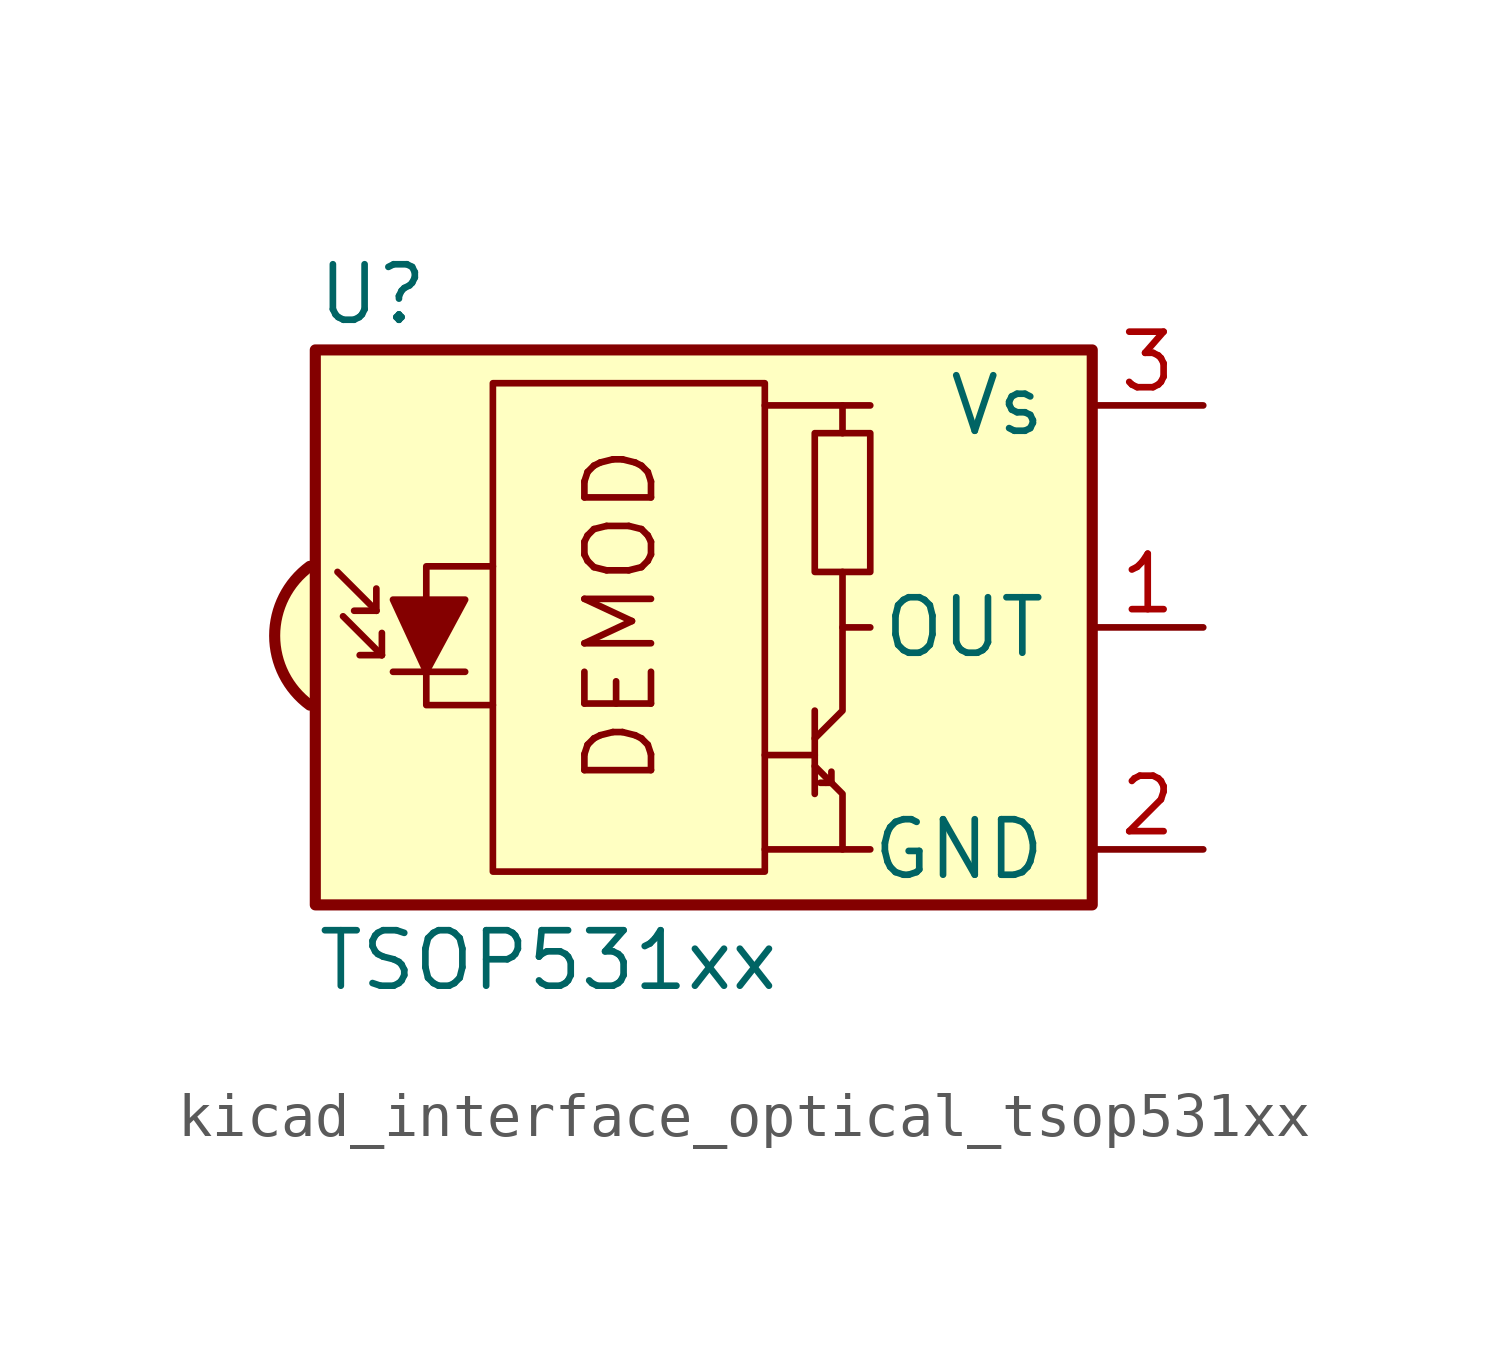
<source format=kicad_sym>
(kicad_symbol_lib
  (version 20220914)
  (generator kicad_symbol_editor)
  (symbol "kicad_interface_optical_tsop531xx"
    (pin_names
      (offset 1.016))
    (property "Reference" "U"
      (at -10.16 7.62 0)
      (effects (font (size 1.27 1.27)) (justify left)))
    (property "Value" "TSOP531xx"
      (at -10.16 -7.62 0)
      (effects (font (size 1.27 1.27)) (justify left)))
    (symbol "kicad_interface_optical_tsop531xx_0_0"
      (arc (start -10.287 1.397) (mid -11.0899 -0.1852) (end -10.287 -1.778) (stroke (width 0.254) (type default)) (fill (type background)))
      (polyline (pts (xy 1.905 -5.08) (xy 0.127 -5.08)) (stroke (width 0) (type default)) (fill (type none)))
      (polyline (pts (xy 1.905 5.08) (xy 0.127 5.08)) (stroke (width 0) (type default)) (fill (type none)))
      (text "DEMOD" (at -3.175 0.254 900) (effects (font (size 1.524 1.524)))))
    (symbol "kicad_interface_optical_tsop531xx_0_1"
      (rectangle (start -6.096 5.588) (end 0.127 -5.588) (stroke (width 0) (type default)) (fill (type none)))
      (polyline (pts (xy -8.763 0.381) (xy -9.652 1.27)) (stroke (width 0) (type default)) (fill (type none)))
      (polyline (pts (xy -8.763 0.381) (xy -9.271 0.381)) (stroke (width 0) (type default)) (fill (type none)))
      (polyline (pts (xy -8.763 0.381) (xy -8.763 0.889)) (stroke (width 0) (type default)) (fill (type none)))
      (polyline (pts (xy -8.636 -0.635) (xy -9.525 0.254)) (stroke (width 0) (type default)) (fill (type none)))
      (polyline (pts (xy -8.636 -0.635) (xy -9.144 -0.635)) (stroke (width 0) (type default)) (fill (type none)))
      (polyline (pts (xy -8.636 -0.635) (xy -8.636 -0.127)) (stroke (width 0) (type default)) (fill (type none)))
      (polyline (pts (xy -8.382 -1.016) (xy -6.731 -1.016)) (stroke (width 0) (type default)) (fill (type none)))
      (polyline (pts (xy 1.27 -2.921) (xy 0.127 -2.921)) (stroke (width 0) (type default)) (fill (type none)))
      (polyline (pts (xy 1.27 -1.905) (xy 1.27 -3.81)) (stroke (width 0) (type default)) (fill (type none)))
      (polyline (pts (xy 1.397 -3.556) (xy 1.524 -3.556)) (stroke (width 0) (type default)) (fill (type none)))
      (polyline (pts (xy 1.651 -3.556) (xy 1.524 -3.556)) (stroke (width 0) (type default)) (fill (type none)))
      (polyline (pts (xy 1.651 -3.556) (xy 1.651 -3.302)) (stroke (width 0) (type default)) (fill (type none)))
      (polyline (pts (xy 1.905 0) (xy 1.905 1.27)) (stroke (width 0) (type default)) (fill (type none)))
      (polyline (pts (xy 1.905 4.445) (xy 1.905 5.08) (xy 2.54 5.08)) (stroke (width 0) (type default)) (fill (type none)))
      (polyline (pts (xy -8.382 0.635) (xy -6.731 0.635) (xy -7.62 -1.016) (xy -8.382 0.635)) (stroke (width 0) (type default)) (fill (type outline)))
      (polyline (pts (xy -6.096 1.397) (xy -7.62 1.397) (xy -7.62 -1.778) (xy -6.096 -1.778)) (stroke (width 0) (type default)) (fill (type none)))
      (polyline (pts (xy 1.27 -3.175) (xy 1.905 -3.81) (xy 1.905 -5.08) (xy 2.54 -5.08)) (stroke (width 0) (type default)) (fill (type none)))
      (polyline (pts (xy 1.27 -2.54) (xy 1.905 -1.905) (xy 1.905 0) (xy 2.54 0)) (stroke (width 0) (type default)) (fill (type none)))
      (rectangle (start 2.54 1.27) (end 1.27 4.445) (stroke (width 0) (type default)) (fill (type none)))
      (rectangle (start 7.62 6.35) (end -10.16 -6.35) (stroke (width 0.254) (type default)) (fill (type background))))
    (symbol "kicad_interface_optical_tsop531xx_1_1"
      (pin output line (at 10.16 0 180) (length 2.54) (name "OUT" (effects (font (size 1.27 1.27)))) (number "1" (effects (font (size 1.27 1.27)))))
      (pin power_in line (at 10.16 -5.08 180) (length 2.54) (name "GND" (effects (font (size 1.27 1.27)))) (number "2" (effects (font (size 1.27 1.27)))))
      (pin power_in line (at 10.16 5.08 180) (length 2.54) (name "Vs" (effects (font (size 1.27 1.27)))) (number "3" (effects (font (size 1.27 1.27))))))))
</source>
